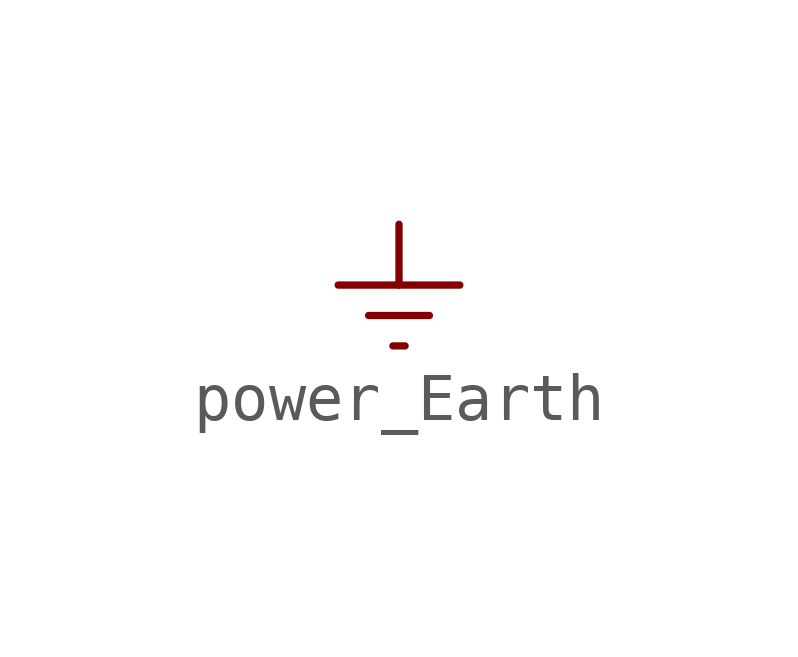
<source format=kicad_sym>
(kicad_symbol_lib
  (version 20211014)
  (generator kicad_symbol_editor)
  (symbol "power_Earth"
    (power)
    (pin_names
      (offset 0))
    (property "Reference" "#PWR"
      (at 0 -6.35 0)
      (effects (font (size 1.27 1.27)) hide))
    (symbol "power_Earth_0_1"
      (polyline (pts (xy -0.635 -1.905) (xy 0.635 -1.905)) (stroke (width 0) (type default) (color 0 0 0 0)) (fill (type none)))
      (polyline (pts (xy -0.127 -2.54) (xy 0.127 -2.54)) (stroke (width 0) (type default) (color 0 0 0 0)) (fill (type none)))
      (polyline (pts (xy 0 -1.27) (xy 0 0)) (stroke (width 0) (type default) (color 0 0 0 0)) (fill (type none)))
      (polyline (pts (xy 1.27 -1.27) (xy -1.27 -1.27)) (stroke (width 0) (type default) (color 0 0 0 0)) (fill (type none))))
    (symbol "power_Earth_1_1"
      (pin power_in line (at 0 0 270) (length 0) hide (name "Earth" (effects (font (size 1.27 1.27)))) (number "1" (effects (font (size 1.27 1.27))))))))
</source>
